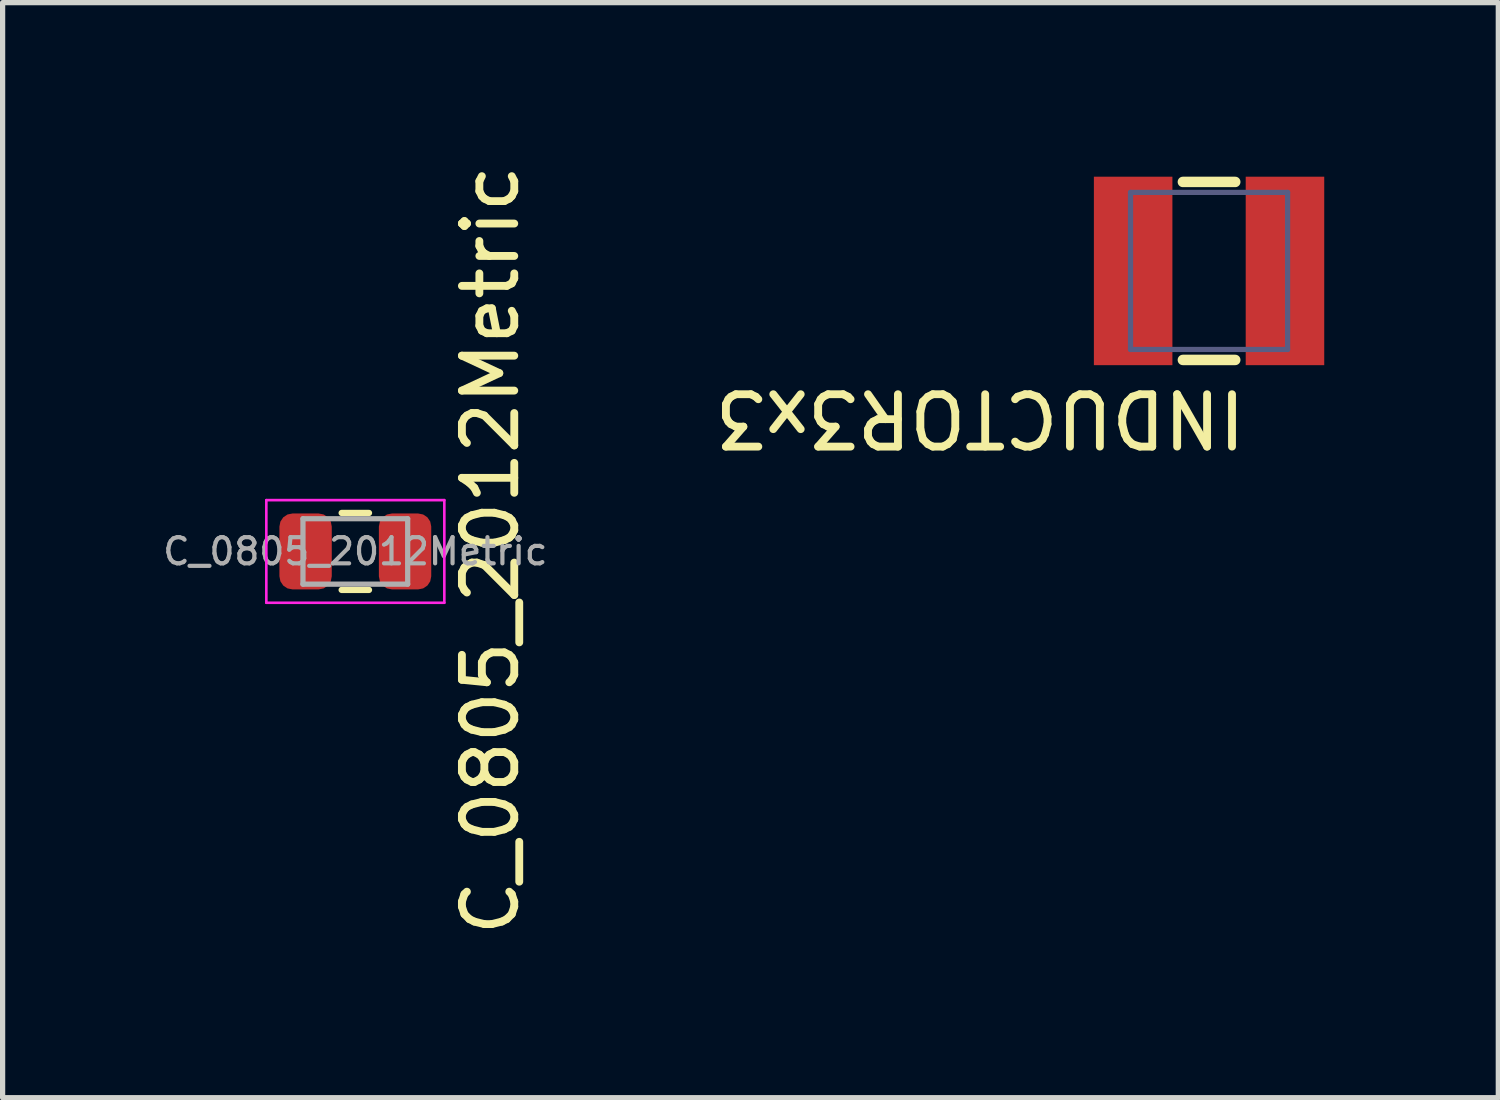
<source format=kicad_pcb>
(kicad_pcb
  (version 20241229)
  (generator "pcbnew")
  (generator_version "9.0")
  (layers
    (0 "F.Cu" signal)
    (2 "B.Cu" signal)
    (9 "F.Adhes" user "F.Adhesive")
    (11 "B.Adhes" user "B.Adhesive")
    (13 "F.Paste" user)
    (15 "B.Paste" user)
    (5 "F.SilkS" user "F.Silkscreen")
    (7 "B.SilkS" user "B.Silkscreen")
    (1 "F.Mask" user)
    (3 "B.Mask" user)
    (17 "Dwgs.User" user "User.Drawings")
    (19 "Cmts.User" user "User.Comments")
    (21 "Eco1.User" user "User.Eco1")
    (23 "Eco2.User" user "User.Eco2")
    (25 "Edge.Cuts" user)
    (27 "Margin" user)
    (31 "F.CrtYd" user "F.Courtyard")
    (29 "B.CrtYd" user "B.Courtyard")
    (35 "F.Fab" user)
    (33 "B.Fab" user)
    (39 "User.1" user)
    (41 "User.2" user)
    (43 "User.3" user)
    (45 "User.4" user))
  (footprint "C_0805_2012Metric"
    (layer "F.Cu")
    (at 3.737 7.483)
    (property "Reference" "C_0805_2012Metric" (at 2.581 -0.025 90) (layer "F.SilkS") (effects (font (size 1 1) (thickness 0.15))))
    (attr smd)
    (fp_line (start -0.261 -0.735) (end 0.261 -0.735) (stroke (width 0.12) (type solid)) (layer "F.SilkS"))
    (fp_line (start -0.261 0.735) (end 0.261 0.735) (stroke (width 0.12) (type solid)) (layer "F.SilkS"))
    (fp_line (start -1.7 -0.98) (end 1.7 -0.98) (stroke (width 0.05) (type solid)) (layer "F.CrtYd"))
    (fp_line (start -1.7 0.98) (end -1.7 -0.98) (stroke (width 0.05) (type solid)) (layer "F.CrtYd"))
    (fp_line (start 1.7 -0.98) (end 1.7 0.98) (stroke (width 0.05) (type solid)) (layer "F.CrtYd"))
    (fp_line (start 1.7 0.98) (end -1.7 0.98) (stroke (width 0.05) (type solid)) (layer "F.CrtYd"))
    (fp_line (start -1 -0.625) (end 1 -0.625) (stroke (width 0.1) (type solid)) (layer "F.Fab"))
    (fp_line (start -1 0.625) (end -1 -0.625) (stroke (width 0.1) (type solid)) (layer "F.Fab"))
    (fp_line (start 1 -0.625) (end 1 0.625) (stroke (width 0.1) (type solid)) (layer "F.Fab"))
    (fp_line (start 1 0.625) (end -1 0.625) (stroke (width 0.1) (type solid)) (layer "F.Fab"))
    (fp_text user "${REFERENCE}" (at 0 0 0) (layer "F.Fab") (effects (font (size 0.5 0.5) (thickness 0.08))))
    (pad "1" smd roundrect (at -0.95 0) (size 1 1.45) (layers "F.Cu" "F.Mask" "F.Paste") (roundrect_rratio 0.25))
    (pad "2" smd roundrect (at 0.95 0) (size 1 1.45) (layers "F.Cu" "F.Mask" "F.Paste") (roundrect_rratio 0.25)))
  (footprint "INDUCTOR3x3"
    (layer "F.Cu")
    (at 20.044 2.125)
    (property "Reference" "INDUCTOR3x3" (at 0.775 2.225 180) (unlocked yes) (layer "F.SilkS") (effects (font (size 1 1) (thickness 0.15)) (justify left bottom)))
    (fp_line (start -0.5 -1.7) (end 0.5 -1.7) (stroke (width 0.2) (type solid)) (layer "F.SilkS"))
    (fp_line (start -0.5 1.7) (end 0.5 1.7) (stroke (width 0.2) (type solid)) (layer "F.SilkS"))
    (fp_line (start -2.5 -2.1) (end 2.5 -2.1) (stroke (width 0.05) (type solid)) (layer "Eco1.User"))
    (fp_line (start -2.5 2.1) (end -2.5 -2.1) (stroke (width 0.05) (type solid)) (layer "Eco1.User"))
    (fp_line (start -2.5 2.1) (end 2.5 2.1) (stroke (width 0.05) (type solid)) (layer "Eco1.User"))
    (fp_line (start -0.5 0) (end 0.5 0) (stroke (width 0.1) (type solid)) (layer "Eco1.User"))
    (fp_line (start 0.00001 0.5) (end 0.00001 -0.5) (stroke (width 0.1) (type solid)) (layer "Eco1.User"))
    (fp_line (start 2.5 2.1) (end 2.5 -2.1) (stroke (width 0.05) (type solid)) (layer "Eco1.User"))
    (fp_line (start -1.5 -1.5) (end 1.5 -1.5) (stroke (width 0.1) (type solid)) (layer "B.Fab"))
    (fp_line (start -1.5 1.5) (end -1.5 -1.5) (stroke (width 0.1) (type solid)) (layer "B.Fab"))
    (fp_line (start -1.5 1.5) (end 1.5 1.5) (stroke (width 0.1) (type solid)) (layer "B.Fab"))
    (fp_line (start 1.5 1.5) (end 1.5 -1.5) (stroke (width 0.1) (type solid)) (layer "B.Fab"))
    (pad "1" smd rect (at -1.45 0 90) (size 3.6 1.5) (layers "F.Cu" "F.Mask" "F.Paste"))
    (pad "2" smd rect (at 1.45 0 90) (size 3.6 1.5) (layers "F.Cu" "F.Mask" "F.Paste")))
  (gr_rect
    (start -3 -3)
    (end 25.569 17.917)
    (stroke (width 0.1) (type default))
    (fill no)
    (layer "Edge.Cuts")))
</source>
